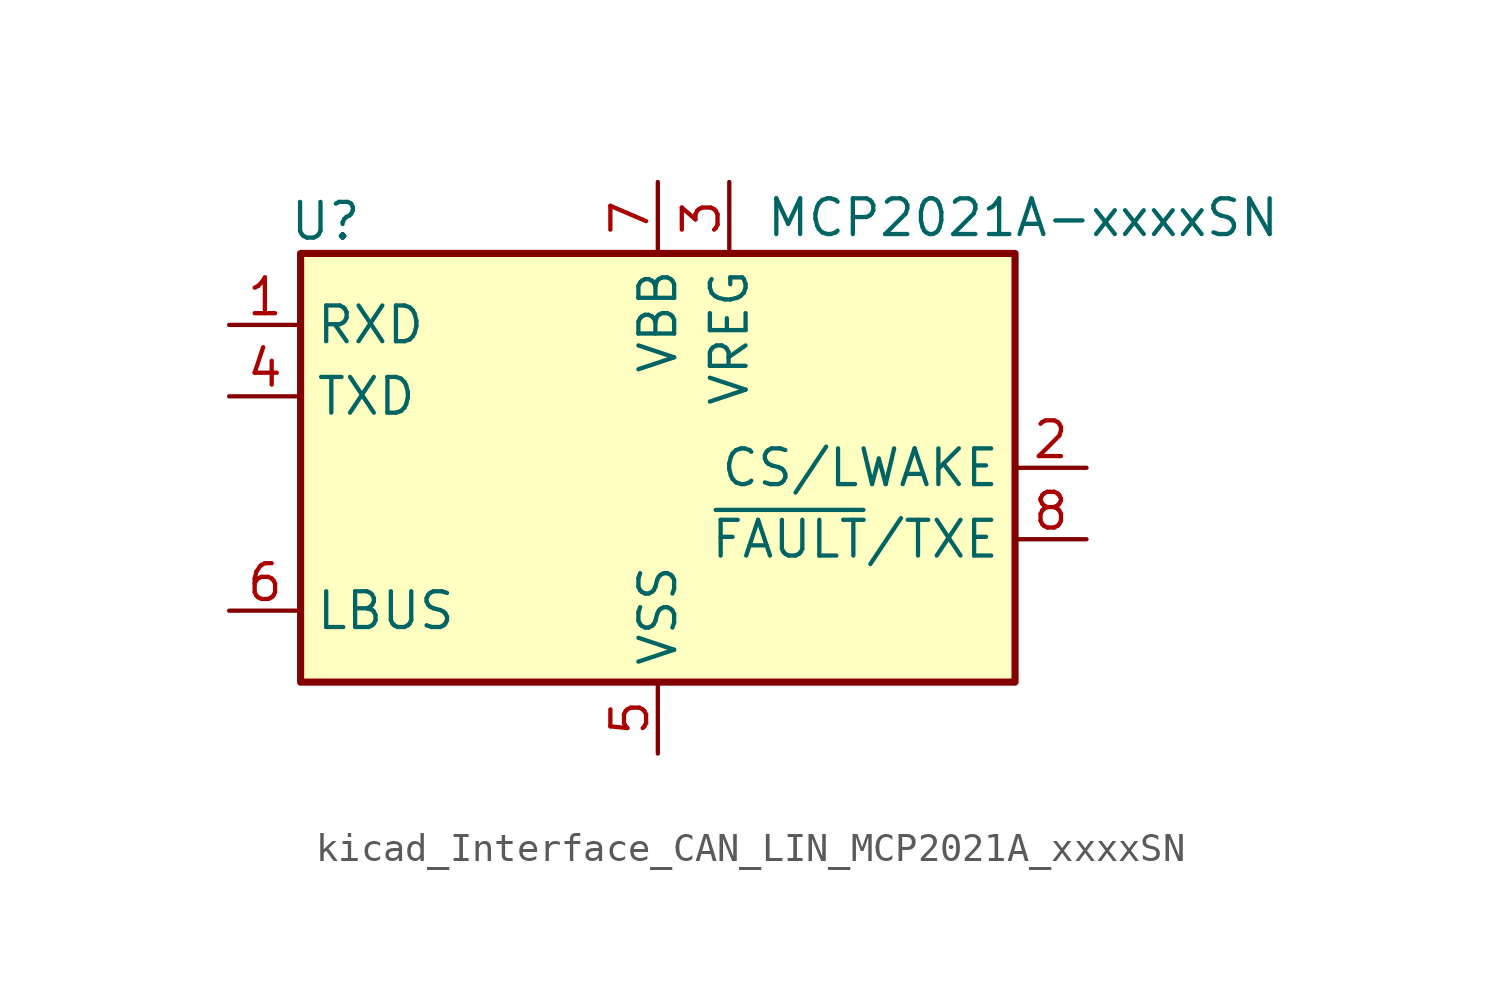
<source format=kicad_sym>
(kicad_symbol_lib
  (version 20220914)
  (generator kicad_symbol_editor)
  (symbol "kicad_Interface_CAN_LIN_MCP2021A_xxxxSN"
    (property "Reference" "U"
      (at -11.811 8.763 0)
      (effects (font (size 1.27 1.27))))
    (property "Value" "MCP2021A-xxxxSN"
      (at 3.81 8.89 0)
      (effects (font (size 1.27 1.27)) (justify left)))
    (symbol "kicad_Interface_CAN_LIN_MCP2021A_xxxxSN_0_1"
      (rectangle (start -12.7 7.62) (end 12.7 -7.62) (stroke (width 0.254) (type default)) (fill (type background))))
    (symbol "kicad_Interface_CAN_LIN_MCP2021A_xxxxSN_1_1"
      (pin output line (at -15.24 5.08 0) (length 2.54) (name "RXD" (effects (font (size 1.27 1.27)))) (number "1" (effects (font (size 1.27 1.27)))))
      (pin input line (at 15.24 0 180) (length 2.54) (name "CS/LWAKE" (effects (font (size 1.27 1.27)))) (number "2" (effects (font (size 1.27 1.27)))))
      (pin power_out line (at 2.54 10.16 270) (length 2.54) (name "VREG" (effects (font (size 1.27 1.27)))) (number "3" (effects (font (size 1.27 1.27)))))
      (pin input line (at -15.24 2.54 0) (length 2.54) (name "TXD" (effects (font (size 1.27 1.27)))) (number "4" (effects (font (size 1.27 1.27)))))
      (pin power_in line (at 0 -10.16 90) (length 2.54) (name "VSS" (effects (font (size 1.27 1.27)))) (number "5" (effects (font (size 1.27 1.27)))))
      (pin open_collector line (at -15.24 -5.08 0) (length 2.54) (name "LBUS" (effects (font (size 1.27 1.27)))) (number "6" (effects (font (size 1.27 1.27)))))
      (pin power_in line (at 0 10.16 270) (length 2.54) (name "VBB" (effects (font (size 1.27 1.27)))) (number "7" (effects (font (size 1.27 1.27)))))
      (pin open_collector line (at 15.24 -2.54 180) (length 2.54) (name "~{FAULT}/TXE" (effects (font (size 1.27 1.27)))) (number "8" (effects (font (size 1.27 1.27))))))))
</source>
